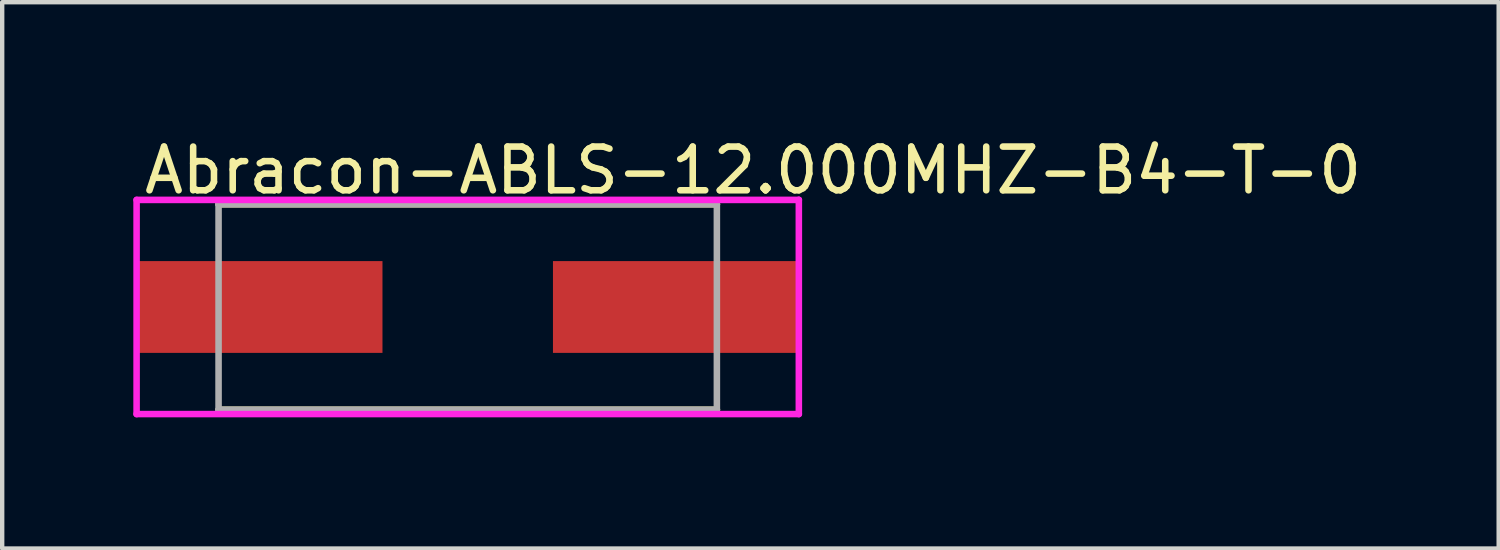
<source format=kicad_pcb>
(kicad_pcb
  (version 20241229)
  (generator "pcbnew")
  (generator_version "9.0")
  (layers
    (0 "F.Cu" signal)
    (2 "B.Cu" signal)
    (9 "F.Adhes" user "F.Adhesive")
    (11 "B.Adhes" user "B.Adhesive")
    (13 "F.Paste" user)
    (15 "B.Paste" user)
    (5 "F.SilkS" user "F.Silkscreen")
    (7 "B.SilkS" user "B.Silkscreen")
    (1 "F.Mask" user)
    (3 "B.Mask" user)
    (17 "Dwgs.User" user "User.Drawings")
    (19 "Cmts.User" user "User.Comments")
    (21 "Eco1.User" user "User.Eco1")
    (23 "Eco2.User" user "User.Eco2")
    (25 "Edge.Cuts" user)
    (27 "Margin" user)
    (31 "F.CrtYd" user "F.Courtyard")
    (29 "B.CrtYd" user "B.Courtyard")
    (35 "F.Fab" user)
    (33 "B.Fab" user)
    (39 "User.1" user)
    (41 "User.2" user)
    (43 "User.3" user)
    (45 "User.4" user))
  (footprint "Abracon-ABLS-12.000MHZ-B4-T-0"
    (layer "F.Cu")
    (at 7.65 3.973)
    (property "Reference" "Abracon-ABLS-12.000MHZ-B4-T-0" (at -7.475 -3.125 0) (layer "F.SilkS") (effects (font (size 1 1) (thickness 0.15)) (justify left)))
    (attr through_hole)
    (fp_line (start -5.7 -2.35) (end 5.7 -2.35) (stroke (width 0.15) (type solid)) (layer "F.SilkS"))
    (fp_line (start -5.7 2.35) (end 5.7 2.35) (stroke (width 0.15) (type solid)) (layer "F.SilkS"))
    (fp_line (start -7.575 -2.45) (end -7.575 2.45) (stroke (width 0.15) (type solid)) (layer "F.CrtYd"))
    (fp_line (start -7.575 2.45) (end 7.575 2.45) (stroke (width 0.15) (type solid)) (layer "F.CrtYd"))
    (fp_line (start 7.575 -2.45) (end -7.575 -2.45) (stroke (width 0.15) (type solid)) (layer "F.CrtYd"))
    (fp_line (start 7.575 -2.45) (end 7.575 -2.45) (stroke (width 0.15) (type solid)) (layer "F.CrtYd"))
    (fp_line (start 7.575 2.45) (end 7.575 -2.45) (stroke (width 0.15) (type solid)) (layer "F.CrtYd"))
    (fp_line (start -5.7 -2.35) (end 5.7 -2.35) (stroke (width 0.15) (type solid)) (layer "F.Fab"))
    (fp_line (start -5.7 2.35) (end -5.7 -2.35) (stroke (width 0.15) (type solid)) (layer "F.Fab"))
    (fp_line (start 5.7 -2.35) (end 5.7 2.35) (stroke (width 0.15) (type solid)) (layer "F.Fab"))
    (fp_line (start 5.7 2.35) (end -5.7 2.35) (stroke (width 0.15) (type solid)) (layer "F.Fab"))
    (pad "1" smd rect (at -4.75 0) (size 5.6 2.1) (layers "F.Cu" "F.Mask" "F.Paste"))
    (pad "2" smd rect (at 4.75 0) (size 5.6 2.1) (layers "F.Cu" "F.Mask" "F.Paste")))
  (gr_rect
    (start -3 -3)
    (end 31.235 9.498)
    (stroke (width 0.1) (type default))
    (fill no)
    (layer "Edge.Cuts")))
</source>
